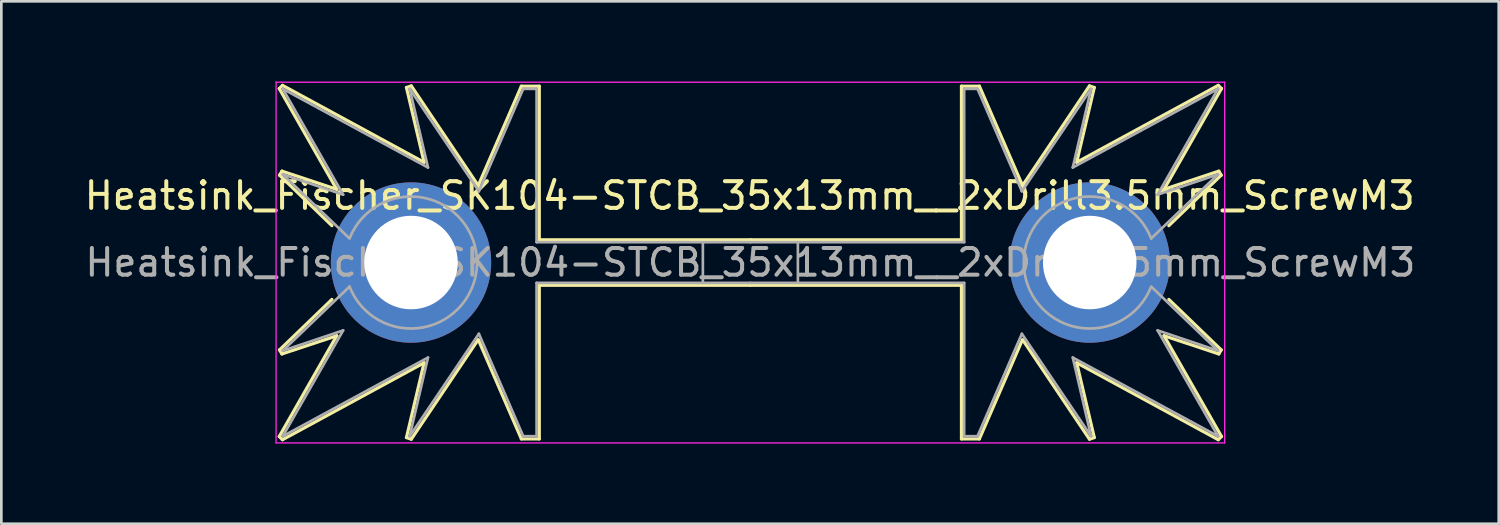
<source format=kicad_pcb>
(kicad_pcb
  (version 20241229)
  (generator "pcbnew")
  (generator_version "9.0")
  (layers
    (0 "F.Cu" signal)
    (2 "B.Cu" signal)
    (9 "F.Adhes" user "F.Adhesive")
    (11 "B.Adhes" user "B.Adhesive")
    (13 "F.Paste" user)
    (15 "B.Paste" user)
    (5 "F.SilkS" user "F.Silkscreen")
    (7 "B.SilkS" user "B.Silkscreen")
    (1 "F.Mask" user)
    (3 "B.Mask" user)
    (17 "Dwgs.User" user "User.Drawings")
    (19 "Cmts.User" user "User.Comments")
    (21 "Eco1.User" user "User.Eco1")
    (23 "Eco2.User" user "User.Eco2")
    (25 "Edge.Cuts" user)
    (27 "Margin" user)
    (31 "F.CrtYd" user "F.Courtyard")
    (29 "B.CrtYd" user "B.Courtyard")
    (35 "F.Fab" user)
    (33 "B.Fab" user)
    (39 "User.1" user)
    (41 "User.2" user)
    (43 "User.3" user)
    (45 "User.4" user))
  (footprint "Heatsink_Fischer_SK104-STCB_35x13mm__2xDrill3.5mm_ScrewM3"
    (layer "F.Cu")
    (at 25.031 6.775)
    (property "Reference" "Heatsink_Fischer_SK104-STCB_35x13mm__2xDrill3.5mm_ScrewM3" (at -0.025 -2.5 0) (layer "F.SilkS") (effects (font (size 1 1) (thickness 0.15))))
    (attr through_hole)
    (fp_line (start -17.63 -6.51) (end -15.48 -2.74) (stroke (width 0.12) (type solid)) (layer "F.SilkS"))
    (fp_line (start -17.63 6.51) (end -15.48 2.74) (stroke (width 0.12) (type solid)) (layer "F.SilkS"))
    (fp_line (start -17.62 -3.27) (end -15.66 -1.38) (stroke (width 0.12) (type solid)) (layer "F.SilkS"))
    (fp_line (start -17.62 3.27) (end -15.66 1.38) (stroke (width 0.12) (type solid)) (layer "F.SilkS"))
    (fp_line (start -17.53 -3.42) (end -17.62 -3.27) (stroke (width 0.12) (type solid)) (layer "F.SilkS"))
    (fp_line (start -17.53 3.42) (end -17.62 3.27) (stroke (width 0.12) (type solid)) (layer "F.SilkS"))
    (fp_line (start -17.51 -6.63) (end -17.63 -6.51) (stroke (width 0.12) (type solid)) (layer "F.SilkS"))
    (fp_line (start -17.51 6.63) (end -17.63 6.51) (stroke (width 0.12) (type solid)) (layer "F.SilkS"))
    (fp_line (start -15.48 -2.74) (end -17.53 -3.42) (stroke (width 0.12) (type solid)) (layer "F.SilkS"))
    (fp_line (start -15.48 2.74) (end -17.53 3.42) (stroke (width 0.12) (type solid)) (layer "F.SilkS"))
    (fp_line (start -12.87 -6.55) (end -12.21 -3.75) (stroke (width 0.12) (type solid)) (layer "F.SilkS"))
    (fp_line (start -12.87 6.55) (end -12.21 3.75) (stroke (width 0.12) (type solid)) (layer "F.SilkS"))
    (fp_line (start -12.69 -6.61) (end -12.87 -6.55) (stroke (width 0.12) (type solid)) (layer "F.SilkS"))
    (fp_line (start -12.69 6.61) (end -12.87 6.55) (stroke (width 0.12) (type solid)) (layer "F.SilkS"))
    (fp_line (start -12.21 -3.75) (end -17.51 -6.63) (stroke (width 0.12) (type solid)) (layer "F.SilkS"))
    (fp_line (start -12.21 3.75) (end -17.51 6.63) (stroke (width 0.12) (type solid)) (layer "F.SilkS"))
    (fp_line (start -10.19 -2.89) (end -12.69 -6.61) (stroke (width 0.12) (type solid)) (layer "F.SilkS"))
    (fp_line (start -10.19 2.89) (end -12.69 6.61) (stroke (width 0.12) (type solid)) (layer "F.SilkS"))
    (fp_line (start -8.57 -6.6) (end -10.18 -2.89) (stroke (width 0.12) (type solid)) (layer "F.SilkS"))
    (fp_line (start -8.57 6.6) (end -10.18 2.89) (stroke (width 0.12) (type solid)) (layer "F.SilkS"))
    (fp_line (start -7.9 -6.6) (end -8.57 -6.6) (stroke (width 0.12) (type solid)) (layer "F.SilkS"))
    (fp_line (start -7.9 -0.85) (end -7.9 -6.6) (stroke (width 0.12) (type solid)) (layer "F.SilkS"))
    (fp_line (start -7.9 0.85) (end -7.9 6.6) (stroke (width 0.12) (type solid)) (layer "F.SilkS"))
    (fp_line (start -7.9 6.6) (end -8.57 6.6) (stroke (width 0.12) (type solid)) (layer "F.SilkS"))
    (fp_line (start 0 -0.85) (end -7.9 -0.85) (stroke (width 0.12) (type solid)) (layer "F.SilkS"))
    (fp_line (start 0 -0.85) (end 7.9 -0.85) (stroke (width 0.12) (type solid)) (layer "F.SilkS"))
    (fp_line (start 0 0.85) (end -7.9 0.85) (stroke (width 0.12) (type solid)) (layer "F.SilkS"))
    (fp_line (start 0 0.85) (end 7.9 0.85) (stroke (width 0.12) (type solid)) (layer "F.SilkS"))
    (fp_line (start 7.9 -6.6) (end 8.57 -6.6) (stroke (width 0.12) (type solid)) (layer "F.SilkS"))
    (fp_line (start 7.9 -0.85) (end 7.9 -6.6) (stroke (width 0.12) (type solid)) (layer "F.SilkS"))
    (fp_line (start 7.9 0.85) (end 7.9 6.6) (stroke (width 0.12) (type solid)) (layer "F.SilkS"))
    (fp_line (start 7.9 6.6) (end 8.57 6.6) (stroke (width 0.12) (type solid)) (layer "F.SilkS"))
    (fp_line (start 8.57 -6.6) (end 10.18 -2.89) (stroke (width 0.12) (type solid)) (layer "F.SilkS"))
    (fp_line (start 8.57 6.6) (end 10.18 2.89) (stroke (width 0.12) (type solid)) (layer "F.SilkS"))
    (fp_line (start 10.19 -2.89) (end 12.69 -6.61) (stroke (width 0.12) (type solid)) (layer "F.SilkS"))
    (fp_line (start 10.19 2.89) (end 12.69 6.61) (stroke (width 0.12) (type solid)) (layer "F.SilkS"))
    (fp_line (start 12.21 -3.75) (end 17.51 -6.63) (stroke (width 0.12) (type solid)) (layer "F.SilkS"))
    (fp_line (start 12.21 3.75) (end 17.51 6.63) (stroke (width 0.12) (type solid)) (layer "F.SilkS"))
    (fp_line (start 12.69 -6.61) (end 12.87 -6.55) (stroke (width 0.12) (type solid)) (layer "F.SilkS"))
    (fp_line (start 12.69 6.61) (end 12.87 6.55) (stroke (width 0.12) (type solid)) (layer "F.SilkS"))
    (fp_line (start 12.87 -6.55) (end 12.21 -3.75) (stroke (width 0.12) (type solid)) (layer "F.SilkS"))
    (fp_line (start 12.87 6.55) (end 12.21 3.75) (stroke (width 0.12) (type solid)) (layer "F.SilkS"))
    (fp_line (start 15.48 -2.74) (end 17.53 -3.42) (stroke (width 0.12) (type solid)) (layer "F.SilkS"))
    (fp_line (start 15.48 2.74) (end 17.53 3.42) (stroke (width 0.12) (type solid)) (layer "F.SilkS"))
    (fp_line (start 17.51 -6.63) (end 17.63 -6.51) (stroke (width 0.12) (type solid)) (layer "F.SilkS"))
    (fp_line (start 17.51 6.63) (end 17.63 6.51) (stroke (width 0.12) (type solid)) (layer "F.SilkS"))
    (fp_line (start 17.53 -3.42) (end 17.62 -3.27) (stroke (width 0.12) (type solid)) (layer "F.SilkS"))
    (fp_line (start 17.53 3.42) (end 17.62 3.27) (stroke (width 0.12) (type solid)) (layer "F.SilkS"))
    (fp_line (start 17.62 -3.27) (end 15.66 -1.38) (stroke (width 0.12) (type solid)) (layer "F.SilkS"))
    (fp_line (start 17.62 3.27) (end 15.66 1.38) (stroke (width 0.12) (type solid)) (layer "F.SilkS"))
    (fp_line (start 17.63 -6.51) (end 15.48 -2.74) (stroke (width 0.12) (type solid)) (layer "F.SilkS"))
    (fp_line (start 17.63 6.51) (end 15.48 2.74) (stroke (width 0.12) (type solid)) (layer "F.SilkS"))
    (fp_line (start -17.75 -6.75) (end -17.75 6.75) (stroke (width 0.05) (type solid)) (layer "F.CrtYd"))
    (fp_line (start -17.75 -6.75) (end 17.75 -6.75) (stroke (width 0.05) (type solid)) (layer "F.CrtYd"))
    (fp_line (start 17.75 6.75) (end -17.75 6.75) (stroke (width 0.05) (type solid)) (layer "F.CrtYd"))
    (fp_line (start 17.75 6.75) (end 17.75 -6.75) (stroke (width 0.05) (type solid)) (layer "F.CrtYd"))
    (fp_line (start -17.5 -6.5) (end -15.24 -2.54) (stroke (width 0.1) (type solid)) (layer "F.Fab"))
    (fp_line (start -17.5 -6.5) (end -12.065 -3.556) (stroke (width 0.1) (type solid)) (layer "F.Fab"))
    (fp_line (start -17.5 -3.3) (end -15 -0.9) (stroke (width 0.1) (type solid)) (layer "F.Fab"))
    (fp_line (start -17.5 3.3) (end -15 0.9) (stroke (width 0.1) (type solid)) (layer "F.Fab"))
    (fp_line (start -17.5 6.5) (end -15.24 2.54) (stroke (width 0.1) (type solid)) (layer "F.Fab"))
    (fp_line (start -17.5 6.5) (end -12.065 3.556) (stroke (width 0.1) (type solid)) (layer "F.Fab"))
    (fp_line (start -15.24 -2.54) (end -17.5 -3.3) (stroke (width 0.1) (type solid)) (layer "F.Fab"))
    (fp_line (start -15.24 2.54) (end -17.5 3.3) (stroke (width 0.1) (type solid)) (layer "F.Fab"))
    (fp_line (start -12.065 -3.556) (end -12.75 -6.5) (stroke (width 0.1) (type solid)) (layer "F.Fab"))
    (fp_line (start -12.065 3.556) (end -12.75 6.5) (stroke (width 0.1) (type solid)) (layer "F.Fab"))
    (fp_line (start -10.16 -2.667) (end -12.75 -6.5) (stroke (width 0.1) (type solid)) (layer "F.Fab"))
    (fp_line (start -10.16 2.667) (end -12.75 6.5) (stroke (width 0.1) (type solid)) (layer "F.Fab"))
    (fp_line (start -8.5 -6.5) (end -10.16 -2.667) (stroke (width 0.1) (type solid)) (layer "F.Fab"))
    (fp_line (start -8.5 6.5) (end -10.16 2.667) (stroke (width 0.1) (type solid)) (layer "F.Fab"))
    (fp_line (start -8.001 -0.762) (end -8 -6.5) (stroke (width 0.1) (type solid)) (layer "F.Fab"))
    (fp_line (start -8.001 0.762) (end -8 6.5) (stroke (width 0.1) (type solid)) (layer "F.Fab"))
    (fp_line (start -8 -6.5) (end -8.5 -6.5) (stroke (width 0.1) (type solid)) (layer "F.Fab"))
    (fp_line (start -8 6.5) (end -8.5 6.5) (stroke (width 0.1) (type solid)) (layer "F.Fab"))
    (fp_line (start -1.778 0.762) (end -1.778 -0.762) (stroke (width 0.1) (type solid)) (layer "F.Fab"))
    (fp_line (start 0 -0.762) (end -8.001 -0.762) (stroke (width 0.1) (type solid)) (layer "F.Fab"))
    (fp_line (start 0 -0.762) (end 8.001 -0.762) (stroke (width 0.1) (type solid)) (layer "F.Fab"))
    (fp_line (start 0 0.762) (end -8.001 0.762) (stroke (width 0.1) (type solid)) (layer "F.Fab"))
    (fp_line (start 0 0.762) (end 8.001 0.762) (stroke (width 0.1) (type solid)) (layer "F.Fab"))
    (fp_line (start 1.778 -0.762) (end 1.778 0.762) (stroke (width 0.1) (type solid)) (layer "F.Fab"))
    (fp_line (start 8 -6.5) (end 8.5 -6.5) (stroke (width 0.1) (type solid)) (layer "F.Fab"))
    (fp_line (start 8 6.5) (end 8.5 6.5) (stroke (width 0.1) (type solid)) (layer "F.Fab"))
    (fp_line (start 8.001 -0.762) (end 8 -6.5) (stroke (width 0.1) (type solid)) (layer "F.Fab"))
    (fp_line (start 8.001 0.762) (end 8 6.5) (stroke (width 0.1) (type solid)) (layer "F.Fab"))
    (fp_line (start 8.5 -6.5) (end 10.16 -2.667) (stroke (width 0.1) (type solid)) (layer "F.Fab"))
    (fp_line (start 8.5 6.5) (end 10.16 2.667) (stroke (width 0.1) (type solid)) (layer "F.Fab"))
    (fp_line (start 10.16 -2.667) (end 12.75 -6.5) (stroke (width 0.1) (type solid)) (layer "F.Fab"))
    (fp_line (start 10.16 2.667) (end 12.75 6.5) (stroke (width 0.1) (type solid)) (layer "F.Fab"))
    (fp_line (start 12.065 -3.556) (end 12.75 -6.5) (stroke (width 0.1) (type solid)) (layer "F.Fab"))
    (fp_line (start 12.065 3.556) (end 12.75 6.5) (stroke (width 0.1) (type solid)) (layer "F.Fab"))
    (fp_line (start 15.24 -2.54) (end 17.5 -3.3) (stroke (width 0.1) (type solid)) (layer "F.Fab"))
    (fp_line (start 15.24 2.54) (end 17.5 3.3) (stroke (width 0.1) (type solid)) (layer "F.Fab"))
    (fp_line (start 17.5 -6.5) (end 12.065 -3.556) (stroke (width 0.1) (type solid)) (layer "F.Fab"))
    (fp_line (start 17.5 -6.5) (end 15.24 -2.54) (stroke (width 0.1) (type solid)) (layer "F.Fab"))
    (fp_line (start 17.5 -3.3) (end 15 -0.9) (stroke (width 0.1) (type solid)) (layer "F.Fab"))
    (fp_line (start 17.5 3.3) (end 15 0.9) (stroke (width 0.1) (type solid)) (layer "F.Fab"))
    (fp_line (start 17.5 6.5) (end 12.065 3.556) (stroke (width 0.1) (type solid)) (layer "F.Fab"))
    (fp_line (start 17.5 6.5) (end 15.24 2.54) (stroke (width 0.1) (type solid)) (layer "F.Fab"))
    (fp_arc (start -14.99272 -0.918387) (mid -10.230202 0.009888) (end -15 0.9) (stroke (width 0.1) (type solid)) (layer "F.Fab"))
    (fp_arc (start 14.99272 0.918387) (mid 10.230202 -0.009888) (end 15 -0.9) (stroke (width 0.1) (type solid)) (layer "F.Fab"))
    (fp_text user "${REFERENCE}" (at 0 0 0) (layer "F.Fab") (effects (font (size 1 1) (thickness 0.15))))
    (pad "1" thru_hole circle (at -12.7 0 180) (size 6 6) (drill 3.5) (layers "*.Cu" "*.Mask"))
    (pad "1" thru_hole circle (at 12.7 0) (size 6 6) (drill 3.5) (layers "*.Cu" "*.Mask")))
  (gr_rect
    (start -3 -3)
    (end 53.037 16.55)
    (stroke (width 0.1) (type default))
    (fill no)
    (layer "Edge.Cuts")))
</source>
